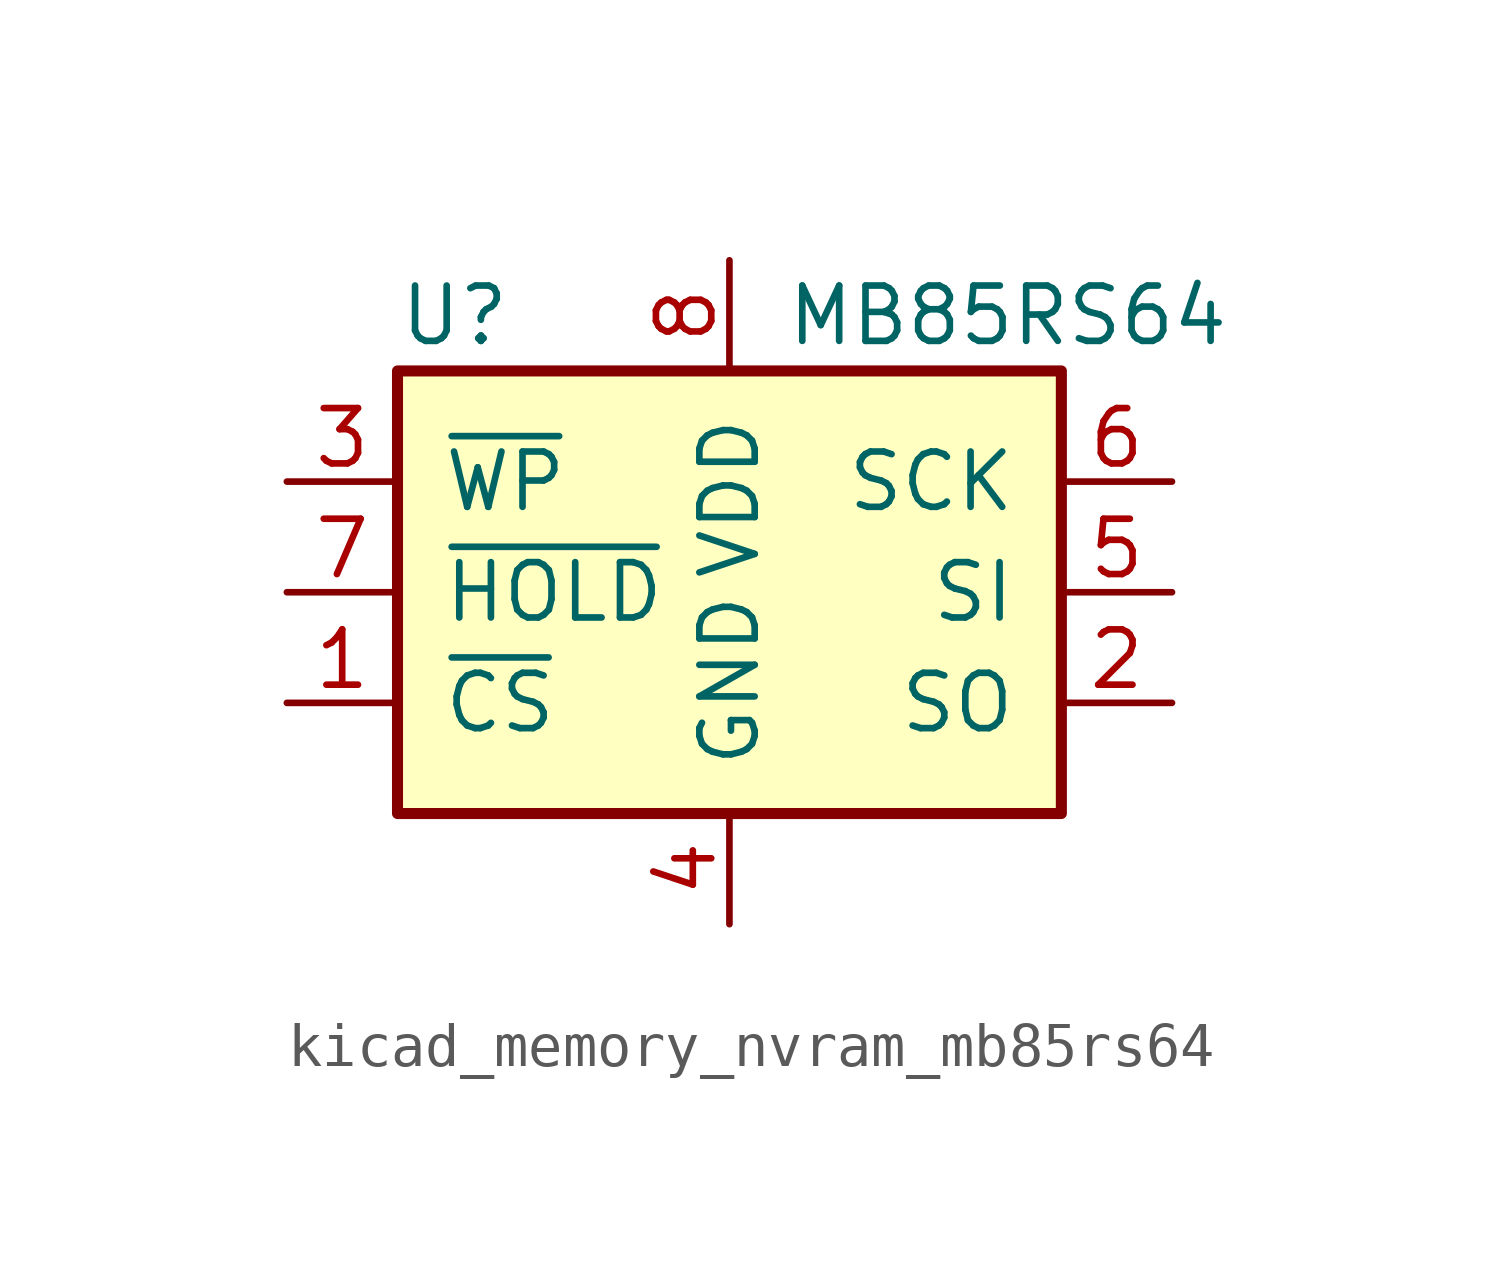
<source format=kicad_sym>
(kicad_symbol_lib
  (version 20220914)
  (generator kicad_symbol_editor)
  (symbol "kicad_memory_nvram_mb85rs64"
    (pin_names
      (offset 1.016))
    (property "Reference" "U"
      (at -7.62 6.35 0)
      (effects (font (size 1.27 1.27)) (justify left)))
    (property "Value" "MB85RS64"
      (at 1.27 6.35 0)
      (effects (font (size 1.27 1.27)) (justify left)))
    (symbol "kicad_memory_nvram_mb85rs64_0_1"
      (rectangle (start -7.62 5.08) (end 7.62 -5.08) (stroke (width 0.254) (type default)) (fill (type background))))
    (symbol "kicad_memory_nvram_mb85rs64_1_1"
      (pin input line (at -10.16 -2.54 0) (length 2.54) (name "~{CS}" (effects (font (size 1.27 1.27)))) (number "1" (effects (font (size 1.27 1.27)))))
      (pin output line (at 10.16 -2.54 180) (length 2.54) (name "SO" (effects (font (size 1.27 1.27)))) (number "2" (effects (font (size 1.27 1.27)))))
      (pin input line (at -10.16 2.54 0) (length 2.54) (name "~{WP}" (effects (font (size 1.27 1.27)))) (number "3" (effects (font (size 1.27 1.27)))))
      (pin power_in line (at 0 -7.62 90) (length 2.54) (name "GND" (effects (font (size 1.27 1.27)))) (number "4" (effects (font (size 1.27 1.27)))))
      (pin input line (at 10.16 0 180) (length 2.54) (name "SI" (effects (font (size 1.27 1.27)))) (number "5" (effects (font (size 1.27 1.27)))))
      (pin input line (at 10.16 2.54 180) (length 2.54) (name "SCK" (effects (font (size 1.27 1.27)))) (number "6" (effects (font (size 1.27 1.27)))))
      (pin input line (at -10.16 0 0) (length 2.54) (name "~{HOLD}" (effects (font (size 1.27 1.27)))) (number "7" (effects (font (size 1.27 1.27)))))
      (pin power_in line (at 0 7.62 270) (length 2.54) (name "VDD" (effects (font (size 1.27 1.27)))) (number "8" (effects (font (size 1.27 1.27))))))))
</source>
